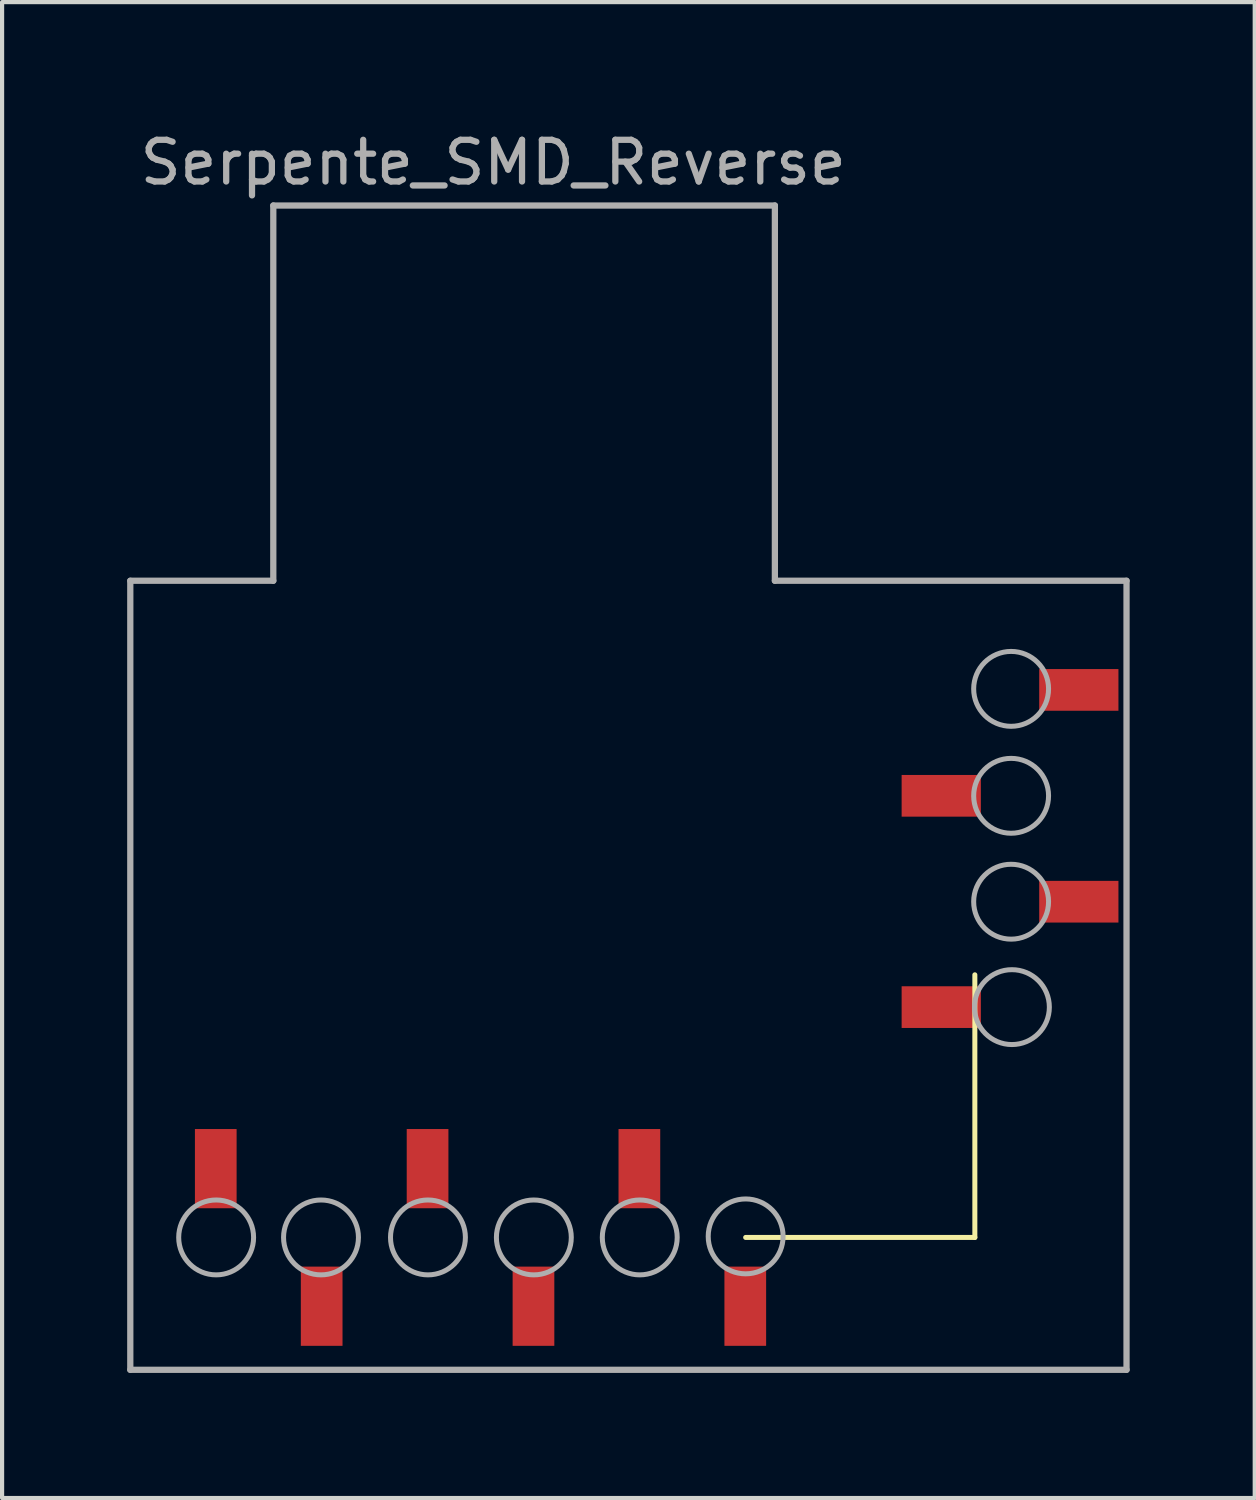
<source format=kicad_pcb>
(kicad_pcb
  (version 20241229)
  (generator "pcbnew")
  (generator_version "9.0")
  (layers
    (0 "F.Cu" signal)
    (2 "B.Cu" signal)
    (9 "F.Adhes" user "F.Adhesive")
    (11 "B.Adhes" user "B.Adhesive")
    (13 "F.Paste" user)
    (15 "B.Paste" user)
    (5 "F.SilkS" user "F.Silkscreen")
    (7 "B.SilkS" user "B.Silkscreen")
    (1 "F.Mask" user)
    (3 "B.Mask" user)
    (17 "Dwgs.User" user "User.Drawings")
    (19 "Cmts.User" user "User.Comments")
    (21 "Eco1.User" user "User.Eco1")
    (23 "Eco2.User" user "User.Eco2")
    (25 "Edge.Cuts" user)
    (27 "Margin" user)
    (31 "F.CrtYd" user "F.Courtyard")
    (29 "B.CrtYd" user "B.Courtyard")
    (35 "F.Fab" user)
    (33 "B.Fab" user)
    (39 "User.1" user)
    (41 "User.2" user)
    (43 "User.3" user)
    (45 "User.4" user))
  (footprint "Serpente_SMD_Reverse"
    (layer "F.Cu")
    (at 8.78 26.629)
    (property "Reference" "Serpente_SMD_Reverse" (at 0 -25.781 0) (layer "F.Fab") (effects (font (size 1 1) (thickness 0.15))))
    (attr through_hole)
    (fp_line (start 6.054 0) (end 11.551 0) (stroke (width 0.12) (type solid)) (layer "F.SilkS"))
    (fp_line (start 11.551 0) (end 11.551 -6.299) (stroke (width 0.12) (type solid)) (layer "F.SilkS"))
    (fp_line (start -8.705 -15.75) (end -8.705 3.175) (stroke (width 0.15) (type solid)) (layer "F.Fab"))
    (fp_line (start -5.275 -24.75) (end -5.275 -15.75) (stroke (width 0.15) (type solid)) (layer "F.Fab"))
    (fp_line (start -5.275 -24.75) (end 6.755 -24.75) (stroke (width 0.15) (type solid)) (layer "F.Fab"))
    (fp_line (start -5.275 -15.75) (end -8.705 -15.75) (stroke (width 0.15) (type solid)) (layer "F.Fab"))
    (fp_line (start 6.755 -24.75) (end 6.755 -15.75) (stroke (width 0.15) (type solid)) (layer "F.Fab"))
    (fp_line (start 6.755 -15.75) (end 15.189 -15.75) (stroke (width 0.15) (type solid)) (layer "F.Fab"))
    (fp_line (start 15.189 -15.75) (end 15.189 3.175) (stroke (width 0.15) (type solid)) (layer "F.Fab"))
    (fp_line (start 15.189 3.175) (end -8.705 3.175) (stroke (width 0.15) (type solid)) (layer "F.Fab"))
    (fp_circle (center -6.646 0) (end -7.544 0) (stroke (width 0.12) (type solid)) (fill no) (layer "F.Fab"))
    (fp_circle (center -4.131 0) (end -5.029 0) (stroke (width 0.12) (type solid)) (fill no) (layer "F.Fab"))
    (fp_circle (center -1.566 0) (end -2.464 0) (stroke (width 0.12) (type solid)) (fill no) (layer "F.Fab"))
    (fp_circle (center 0.974 0) (end 0.076 0) (stroke (width 0.12) (type solid)) (fill no) (layer "F.Fab"))
    (fp_circle (center 3.514 0) (end 2.616 0) (stroke (width 0.12) (type solid)) (fill no) (layer "F.Fab"))
    (fp_circle (center 6.054 -0.025) (end 5.156 -0.025) (stroke (width 0.12) (type solid)) (fill no) (layer "F.Fab"))
    (fp_circle (center 12.421 -13.157) (end 11.523 -13.157) (stroke (width 0.12) (type solid)) (fill no) (layer "F.Fab"))
    (fp_circle (center 12.421 -10.592) (end 11.523 -10.592) (stroke (width 0.12) (type solid)) (fill no) (layer "F.Fab"))
    (fp_circle (center 12.421 -8.052) (end 11.523 -8.052) (stroke (width 0.12) (type solid)) (fill no) (layer "F.Fab"))
    (fp_circle (center 12.44 -5.524) (end 13.338 -5.524) (stroke (width 0.12) (type solid)) (fill no) (layer "F.Fab"))
    (pad "1" smd rect (at 6.045 1.65 90) (size 1.9 1) (layers "F.Cu" "F.Mask" "F.Paste"))
    (pad "2" smd rect (at 3.505 -1.65 90) (size 1.9 1) (layers "F.Cu" "F.Mask" "F.Paste"))
    (pad "3" smd rect (at 0.965 1.65 90) (size 1.9 1) (layers "F.Cu" "F.Mask" "F.Paste"))
    (pad "4" smd rect (at -1.575 -1.65 90) (size 1.9 1) (layers "F.Cu" "F.Mask" "F.Paste"))
    (pad "5" smd rect (at -4.115 1.65 90) (size 1.9 1) (layers "F.Cu" "F.Mask" "F.Paste"))
    (pad "6" smd rect (at -6.655 -1.65 90) (size 1.9 1) (layers "F.Cu" "F.Mask" "F.Paste"))
    (pad "7" smd rect (at 10.745 -5.524) (size 1.9 1) (layers "F.Cu" "F.Mask" "F.Paste"))
    (pad "8" smd rect (at 14.045 -8.052) (size 1.9 1) (layers "F.Cu" "F.Mask" "F.Paste"))
    (pad "9" smd rect (at 10.745 -10.592) (size 1.9 1) (layers "F.Cu" "F.Mask" "F.Paste"))
    (pad "10" smd rect (at 14.045 -13.132) (size 1.9 1) (layers "F.Cu" "F.Mask" "F.Paste")))
  (gr_rect
    (start -3 -3)
    (end 27.044 32.879)
    (stroke (width 0.1) (type default))
    (fill no)
    (layer "Edge.Cuts")))
</source>
